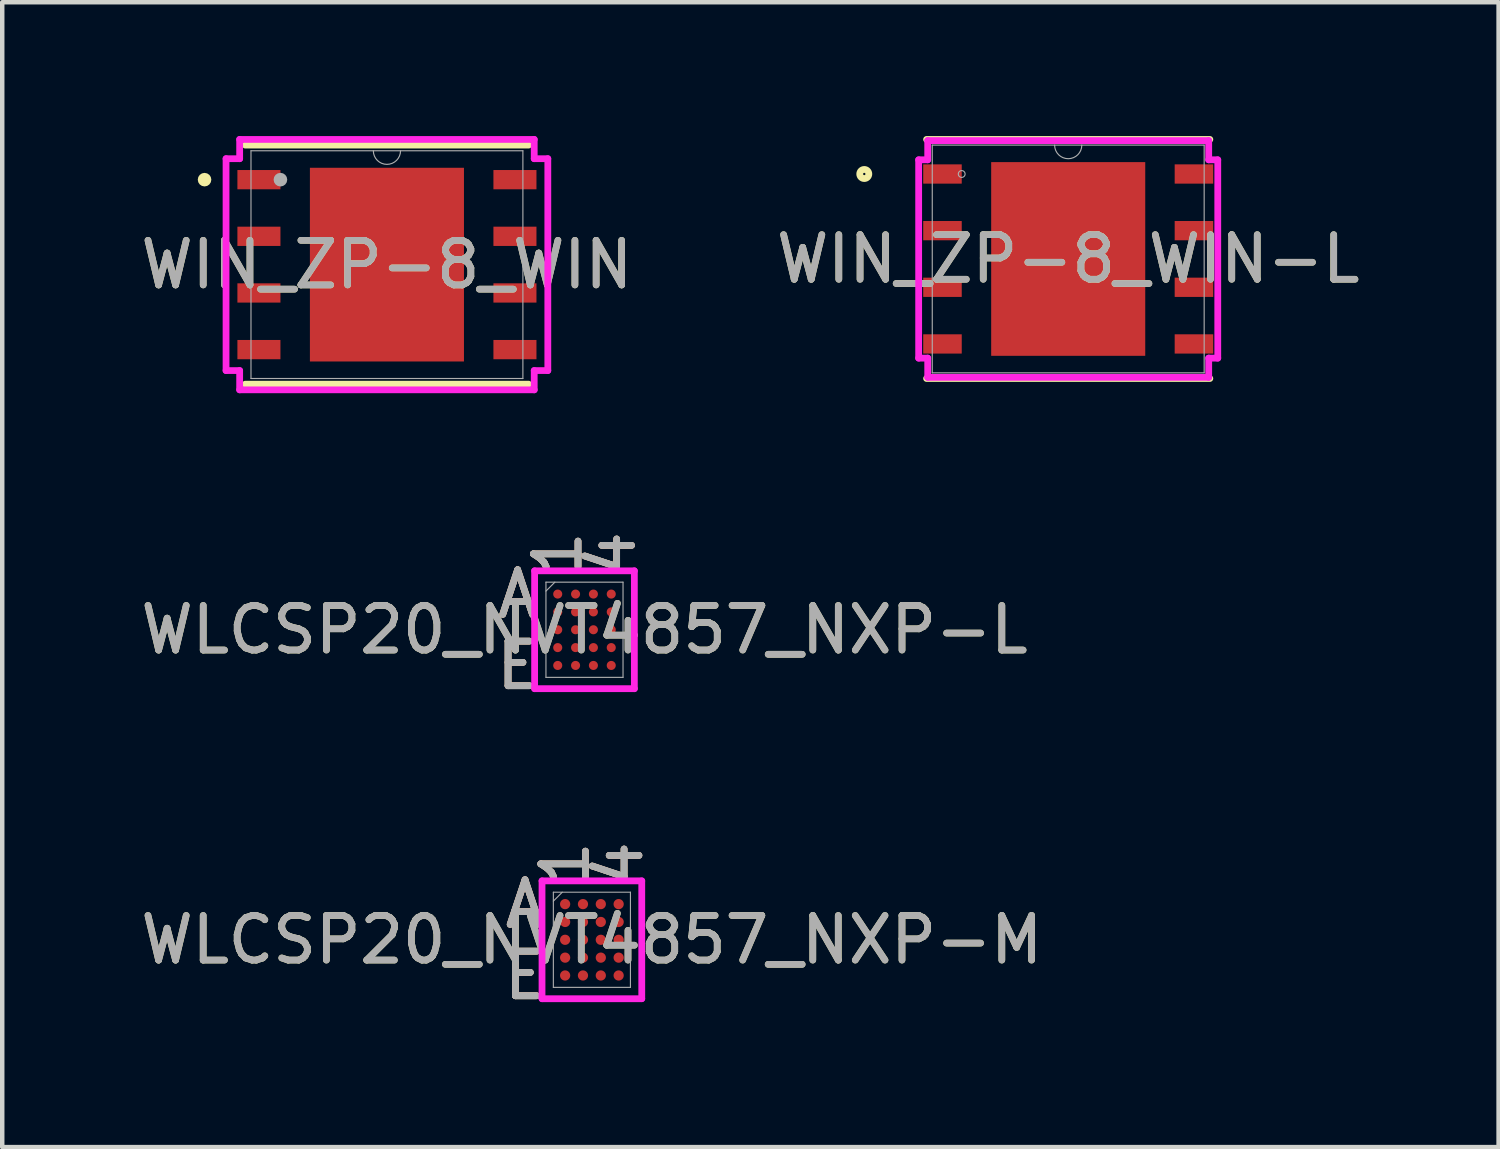
<source format=kicad_pcb>
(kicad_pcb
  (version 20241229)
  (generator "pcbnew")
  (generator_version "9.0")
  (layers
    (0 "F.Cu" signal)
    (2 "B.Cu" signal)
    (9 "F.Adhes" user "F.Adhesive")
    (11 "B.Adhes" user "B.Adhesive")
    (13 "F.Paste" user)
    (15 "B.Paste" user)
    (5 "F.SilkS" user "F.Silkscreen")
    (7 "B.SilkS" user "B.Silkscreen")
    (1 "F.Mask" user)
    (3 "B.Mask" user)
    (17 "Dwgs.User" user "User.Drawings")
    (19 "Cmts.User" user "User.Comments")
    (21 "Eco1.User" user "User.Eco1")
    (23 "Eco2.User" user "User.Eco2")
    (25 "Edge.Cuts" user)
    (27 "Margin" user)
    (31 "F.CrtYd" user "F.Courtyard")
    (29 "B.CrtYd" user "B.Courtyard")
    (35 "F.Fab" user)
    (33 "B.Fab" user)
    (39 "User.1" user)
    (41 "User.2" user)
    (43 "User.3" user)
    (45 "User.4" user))
  (footprint "WIN_ZP-8_WIN-L"
    (layer "F.Cu")
    (at 20.899 2.756)
    (property "Reference" "WIN_ZP-8_WIN-L" (at 0 0 0) (unlocked yes) (layer "F.SilkS") (effects (font (size 1 1) (thickness 0.15))))
    (attr smd)
    (fp_line (start -3.175 2.68) (end 3.175 2.68) (stroke (width 0.152) (type solid)) (layer "F.SilkS"))
    (fp_line (start 3.175 -2.68) (end -3.175 -2.68) (stroke (width 0.152) (type solid)) (layer "F.SilkS"))
    (fp_circle (center -4.572 -1.905) (end -4.47 -1.905) (stroke (width 0.152) (type solid)) (fill no) (layer "F.SilkS"))
    (fp_poly (pts (xy -1.627 -2.072) (xy -1.627 -0.824) (xy -0.1 -0.824) (xy -0.1 -2.072)) (stroke (width 0) (type solid)) (fill yes) (layer "F.Paste"))
    (fp_poly (pts (xy -1.627 -0.624) (xy -1.627 0.624) (xy -0.1 0.624) (xy -0.1 -0.624)) (stroke (width 0) (type solid)) (fill yes) (layer "F.Paste"))
    (fp_poly (pts (xy -1.627 0.824) (xy -1.627 2.072) (xy -0.1 2.072) (xy -0.1 0.824)) (stroke (width 0) (type solid)) (fill yes) (layer "F.Paste"))
    (fp_poly (pts (xy 0.1 -2.072) (xy 0.1 -0.824) (xy 1.627 -0.824) (xy 1.627 -2.072)) (stroke (width 0) (type solid)) (fill yes) (layer "F.Paste"))
    (fp_poly (pts (xy 0.1 -0.624) (xy 0.1 0.624) (xy 1.627 0.624) (xy 1.627 -0.624)) (stroke (width 0) (type solid)) (fill yes) (layer "F.Paste"))
    (fp_poly (pts (xy 0.1 0.824) (xy 0.1 2.072) (xy 1.627 2.072) (xy 1.627 0.824)) (stroke (width 0) (type solid)) (fill yes) (layer "F.Paste"))
    (fp_line (start -3.353 -2.223) (end -3.15 -2.223) (stroke (width 0.152) (type solid)) (layer "F.CrtYd"))
    (fp_line (start -3.353 2.223) (end -3.353 -2.223) (stroke (width 0.152) (type solid)) (layer "F.CrtYd"))
    (fp_line (start -3.353 2.223) (end -3.15 2.223) (stroke (width 0.152) (type solid)) (layer "F.CrtYd"))
    (fp_line (start -3.15 -2.654) (end 3.15 -2.654) (stroke (width 0.152) (type solid)) (layer "F.CrtYd"))
    (fp_line (start -3.15 -2.223) (end -3.15 -2.654) (stroke (width 0.152) (type solid)) (layer "F.CrtYd"))
    (fp_line (start -3.15 2.654) (end -3.15 2.223) (stroke (width 0.152) (type solid)) (layer "F.CrtYd"))
    (fp_line (start 3.15 -2.654) (end 3.15 -2.223) (stroke (width 0.152) (type solid)) (layer "F.CrtYd"))
    (fp_line (start 3.15 2.223) (end 3.15 2.654) (stroke (width 0.152) (type solid)) (layer "F.CrtYd"))
    (fp_line (start 3.15 2.654) (end -3.15 2.654) (stroke (width 0.152) (type solid)) (layer "F.CrtYd"))
    (fp_line (start 3.353 -2.223) (end 3.15 -2.223) (stroke (width 0.152) (type solid)) (layer "F.CrtYd"))
    (fp_line (start 3.353 -2.223) (end 3.353 2.223) (stroke (width 0.152) (type solid)) (layer "F.CrtYd"))
    (fp_line (start 3.353 2.223) (end 3.15 2.223) (stroke (width 0.152) (type solid)) (layer "F.CrtYd"))
    (fp_line (start -3.048 -2.553) (end -3.048 2.553) (stroke (width 0.025) (type solid)) (layer "F.Fab"))
    (fp_line (start -3.048 2.553) (end 3.048 2.553) (stroke (width 0.025) (type solid)) (layer "F.Fab"))
    (fp_line (start 3.048 -2.553) (end -3.048 -2.553) (stroke (width 0.025) (type solid)) (layer "F.Fab"))
    (fp_line (start 3.048 2.553) (end 3.048 -2.553) (stroke (width 0.025) (type solid)) (layer "F.Fab"))
    (fp_arc (start 0.3048 -2.5527) (mid 0 -2.2479) (end -0.3048 -2.5527) (stroke (width 0.0254) (type solid)) (layer "F.Fab"))
    (fp_circle (center -2.388 -1.905) (end -2.311 -1.905) (stroke (width 0.025) (type solid)) (fill no) (layer "F.Fab"))
    (fp_text user "${REFERENCE}" (at 0 0 0) (unlocked yes) (layer "F.Fab") (effects (font (size 1 1) (thickness 0.15))))
    (pad "1" smd rect (at -2.819 -1.905) (size 0.864 0.432) (layers "F.Cu" "F.Mask" "F.Paste"))
    (pad "2" smd rect (at -2.819 -0.635) (size 0.864 0.432) (layers "F.Cu" "F.Mask" "F.Paste"))
    (pad "3" smd rect (at -2.819 0.635) (size 0.864 0.432) (layers "F.Cu" "F.Mask" "F.Paste"))
    (pad "4" smd rect (at -2.819 1.905) (size 0.864 0.432) (layers "F.Cu" "F.Mask" "F.Paste"))
    (pad "5" smd rect (at 2.819 1.905) (size 0.864 0.432) (layers "F.Cu" "F.Mask" "F.Paste"))
    (pad "6" smd rect (at 2.819 0.635) (size 0.864 0.432) (layers "F.Cu" "F.Mask" "F.Paste"))
    (pad "7" smd rect (at 2.819 -0.635) (size 0.864 0.432) (layers "F.Cu" "F.Mask" "F.Paste"))
    (pad "8" smd rect (at 2.819 -1.905) (size 0.864 0.432) (layers "F.Cu" "F.Mask" "F.Paste"))
    (pad "9" smd rect (at 0 0) (size 3.454 4.343) (layers "F.Cu" "F.Mask" "F.Paste")))
  (footprint "WLCSP20_NVT4857_NXP-M"
    (layer "F.Cu")
    (at 10.22 18.02)
    (property "Reference" "WLCSP20_NVT4857_NXP-M" (at 0 0 0) (unlocked yes) (layer "F.SilkS") (effects (font (size 1 1) (thickness 0.15))))
    (attr smd)
    (fp_poly (pts (xy -1.244 -1.444) (xy 1.244 -1.444) (xy 1.244 1.444) (xy -1.244 1.444)) (stroke (width 0.1) (type solid)) (fill no) (layer "Eco2.User"))
    (fp_line (start -1.118 -1.321) (end 1.118 -1.321) (stroke (width 0.152) (type solid)) (layer "F.CrtYd"))
    (fp_line (start -1.118 1.321) (end -1.118 -1.321) (stroke (width 0.152) (type solid)) (layer "F.CrtYd"))
    (fp_line (start 1.118 -1.321) (end 1.118 1.321) (stroke (width 0.152) (type solid)) (layer "F.CrtYd"))
    (fp_line (start 1.118 1.321) (end -1.118 1.321) (stroke (width 0.152) (type solid)) (layer "F.CrtYd"))
    (fp_line (start -0.864 -1.067) (end -0.864 1.067) (stroke (width 0.025) (type solid)) (layer "F.Fab"))
    (fp_line (start -0.864 1.067) (end 0.864 1.067) (stroke (width 0.025) (type solid)) (layer "F.Fab"))
    (fp_line (start -0.664 -1.067) (end -0.864 -0.867) (stroke (width 0.025) (type solid)) (layer "F.Fab"))
    (fp_line (start 0.864 -1.067) (end -0.864 -1.067) (stroke (width 0.025) (type solid)) (layer "F.Fab"))
    (fp_line (start 0.864 1.067) (end 0.864 -1.067) (stroke (width 0.025) (type solid)) (layer "F.Fab"))
    (fp_text user "A" (at -1.499 -0.8 0) (unlocked yes) (layer "F.SilkS") (effects (font (size 1 1) (thickness 0.15))))
    (fp_text user "4" (at 0.6 -1.702 90) (unlocked yes) (layer "F.SilkS") (effects (font (size 1 1) (thickness 0.15))))
    (fp_text user "1" (at -0.6 -1.702 90) (unlocked yes) (layer "F.SilkS") (effects (font (size 1 1) (thickness 0.15))))
    (fp_text user "E" (at -1.499 0.8 0) (unlocked yes) (layer "F.SilkS") (effects (font (size 1 1) (thickness 0.15))))
    (fp_text user "E" (at -1.499 0.8 0) (unlocked yes) (layer "B.SilkS") (effects (font (size 1 1) (thickness 0.15))))
    (fp_text user "1" (at -0.6 -1.702 90) (unlocked yes) (layer "B.SilkS") (effects (font (size 1 1) (thickness 0.15))))
    (fp_text user "A" (at -1.499 -0.8 0) (unlocked yes) (layer "B.SilkS") (effects (font (size 1 1) (thickness 0.15))))
    (fp_text user "4" (at 0.6 -1.702 90) (unlocked yes) (layer "B.SilkS") (effects (font (size 1 1) (thickness 0.15))))
    (fp_text user "A" (at -1.499 -0.8 0) (unlocked yes) (layer "F.Fab") (effects (font (size 1 1) (thickness 0.15))))
    (fp_text user "${REFERENCE}" (at 0 0 0) (unlocked yes) (layer "F.Fab") (effects (font (size 1 1) (thickness 0.15))))
    (fp_text user "1" (at -0.6 -1.702 90) (unlocked yes) (layer "F.Fab") (effects (font (size 1 1) (thickness 0.15))))
    (fp_text user "E" (at -1.499 0.8 0) (unlocked yes) (layer "F.Fab") (effects (font (size 1 1) (thickness 0.15))))
    (fp_text user "4" (at 0.6 -1.702 90) (unlocked yes) (layer "F.Fab") (effects (font (size 1 1) (thickness 0.15))))
    (pad "A1" smd circle (at -0.6 -0.8) (size 0.229 0.229) (layers "F.Cu" "F.Mask" "F.Paste"))
    (pad "A2" smd circle (at -0.2 -0.8) (size 0.229 0.229) (layers "F.Cu" "F.Mask" "F.Paste"))
    (pad "A3" smd circle (at 0.2 -0.8) (size 0.229 0.229) (layers "F.Cu" "F.Mask" "F.Paste"))
    (pad "A4" smd circle (at 0.6 -0.8) (size 0.229 0.229) (layers "F.Cu" "F.Mask" "F.Paste"))
    (pad "B1" smd circle (at -0.6 -0.4) (size 0.229 0.229) (layers "F.Cu" "F.Mask" "F.Paste"))
    (pad "B2" smd circle (at -0.2 -0.4) (size 0.229 0.229) (layers "F.Cu" "F.Mask" "F.Paste"))
    (pad "B3" smd circle (at 0.2 -0.4) (size 0.229 0.229) (layers "F.Cu" "F.Mask" "F.Paste"))
    (pad "B4" smd circle (at 0.6 -0.4) (size 0.229 0.229) (layers "F.Cu" "F.Mask" "F.Paste"))
    (pad "C1" smd circle (at -0.6 0) (size 0.229 0.229) (layers "F.Cu" "F.Mask" "F.Paste"))
    (pad "C2" smd circle (at -0.2 0) (size 0.229 0.229) (layers "F.Cu" "F.Mask" "F.Paste"))
    (pad "C3" smd circle (at 0.2 0) (size 0.229 0.229) (layers "F.Cu" "F.Mask" "F.Paste"))
    (pad "C4" smd circle (at 0.6 0) (size 0.229 0.229) (layers "F.Cu" "F.Mask" "F.Paste"))
    (pad "D1" smd circle (at -0.6 0.4) (size 0.229 0.229) (layers "F.Cu" "F.Mask" "F.Paste"))
    (pad "D2" smd circle (at -0.2 0.4) (size 0.229 0.229) (layers "F.Cu" "F.Mask" "F.Paste"))
    (pad "D3" smd circle (at 0.2 0.4) (size 0.229 0.229) (layers "F.Cu" "F.Mask" "F.Paste"))
    (pad "D4" smd circle (at 0.6 0.4) (size 0.229 0.229) (layers "F.Cu" "F.Mask" "F.Paste"))
    (pad "E1" smd circle (at -0.6 0.8) (size 0.229 0.229) (layers "F.Cu" "F.Mask" "F.Paste"))
    (pad "E2" smd circle (at -0.2 0.8) (size 0.229 0.229) (layers "F.Cu" "F.Mask" "F.Paste"))
    (pad "E3" smd circle (at 0.2 0.8) (size 0.229 0.229) (layers "F.Cu" "F.Mask" "F.Paste"))
    (pad "E4" smd circle (at 0.6 0.8) (size 0.229 0.229) (layers "F.Cu" "F.Mask" "F.Paste")))
  (footprint "WLCSP20_NVT4857_NXP-L"
    (layer "F.Cu")
    (at 10.054 11.069)
    (property "Reference" "WLCSP20_NVT4857_NXP-L" (at 0 0 0) (unlocked yes) (layer "F.SilkS") (effects (font (size 1 1) (thickness 0.15))))
    (attr smd)
    (fp_poly (pts (xy -1.244 -1.444) (xy 1.244 -1.444) (xy 1.244 1.444) (xy -1.244 1.444)) (stroke (width 0.1) (type solid)) (fill no) (layer "Eco2.User"))
    (fp_line (start -1.118 -1.321) (end 1.118 -1.321) (stroke (width 0.152) (type solid)) (layer "F.CrtYd"))
    (fp_line (start -1.118 1.321) (end -1.118 -1.321) (stroke (width 0.152) (type solid)) (layer "F.CrtYd"))
    (fp_line (start 1.118 -1.321) (end 1.118 1.321) (stroke (width 0.152) (type solid)) (layer "F.CrtYd"))
    (fp_line (start 1.118 1.321) (end -1.118 1.321) (stroke (width 0.152) (type solid)) (layer "F.CrtYd"))
    (fp_line (start -0.864 -1.067) (end -0.864 1.067) (stroke (width 0.025) (type solid)) (layer "F.Fab"))
    (fp_line (start -0.864 1.067) (end 0.864 1.067) (stroke (width 0.025) (type solid)) (layer "F.Fab"))
    (fp_line (start -0.664 -1.067) (end -0.864 -0.867) (stroke (width 0.025) (type solid)) (layer "F.Fab"))
    (fp_line (start 0.864 -1.067) (end -0.864 -1.067) (stroke (width 0.025) (type solid)) (layer "F.Fab"))
    (fp_line (start 0.864 1.067) (end 0.864 -1.067) (stroke (width 0.025) (type solid)) (layer "F.Fab"))
    (fp_text user "E" (at -1.499 0.8 0) (unlocked yes) (layer "F.SilkS") (effects (font (size 1 1) (thickness 0.15))))
    (fp_text user "A" (at -1.499 -0.8 0) (unlocked yes) (layer "F.SilkS") (effects (font (size 1 1) (thickness 0.15))))
    (fp_text user "4" (at 0.6 -1.702 90) (unlocked yes) (layer "F.SilkS") (effects (font (size 1 1) (thickness 0.15))))
    (fp_text user "1" (at -0.6 -1.702 90) (unlocked yes) (layer "F.SilkS") (effects (font (size 1 1) (thickness 0.15))))
    (fp_text user "1" (at -0.6 -1.702 90) (unlocked yes) (layer "B.SilkS") (effects (font (size 1 1) (thickness 0.15))))
    (fp_text user "E" (at -1.499 0.8 0) (unlocked yes) (layer "B.SilkS") (effects (font (size 1 1) (thickness 0.15))))
    (fp_text user "A" (at -1.499 -0.8 0) (unlocked yes) (layer "B.SilkS") (effects (font (size 1 1) (thickness 0.15))))
    (fp_text user "4" (at 0.6 -1.702 90) (unlocked yes) (layer "B.SilkS") (effects (font (size 1 1) (thickness 0.15))))
    (fp_text user "1" (at -0.6 -1.702 90) (unlocked yes) (layer "F.Fab") (effects (font (size 1 1) (thickness 0.15))))
    (fp_text user "4" (at 0.6 -1.702 90) (unlocked yes) (layer "F.Fab") (effects (font (size 1 1) (thickness 0.15))))
    (fp_text user "A" (at -1.499 -0.8 0) (unlocked yes) (layer "F.Fab") (effects (font (size 1 1) (thickness 0.15))))
    (fp_text user "E" (at -1.499 0.8 0) (unlocked yes) (layer "F.Fab") (effects (font (size 1 1) (thickness 0.15))))
    (fp_text user "${REFERENCE}" (at 0 0 0) (unlocked yes) (layer "F.Fab") (effects (font (size 1 1) (thickness 0.15))))
    (pad "A1" smd circle (at -0.6 -0.8) (size 0.203 0.203) (layers "F.Cu" "F.Mask" "F.Paste"))
    (pad "A2" smd circle (at -0.2 -0.8) (size 0.203 0.203) (layers "F.Cu" "F.Mask" "F.Paste"))
    (pad "A3" smd circle (at 0.2 -0.8) (size 0.203 0.203) (layers "F.Cu" "F.Mask" "F.Paste"))
    (pad "A4" smd circle (at 0.6 -0.8) (size 0.203 0.203) (layers "F.Cu" "F.Mask" "F.Paste"))
    (pad "B1" smd circle (at -0.6 -0.4) (size 0.203 0.203) (layers "F.Cu" "F.Mask" "F.Paste"))
    (pad "B2" smd circle (at -0.2 -0.4) (size 0.203 0.203) (layers "F.Cu" "F.Mask" "F.Paste"))
    (pad "B3" smd circle (at 0.2 -0.4) (size 0.203 0.203) (layers "F.Cu" "F.Mask" "F.Paste"))
    (pad "B4" smd circle (at 0.6 -0.4) (size 0.203 0.203) (layers "F.Cu" "F.Mask" "F.Paste"))
    (pad "C1" smd circle (at -0.6 0) (size 0.203 0.203) (layers "F.Cu" "F.Mask" "F.Paste"))
    (pad "C2" smd circle (at -0.2 0) (size 0.203 0.203) (layers "F.Cu" "F.Mask" "F.Paste"))
    (pad "C3" smd circle (at 0.2 0) (size 0.203 0.203) (layers "F.Cu" "F.Mask" "F.Paste"))
    (pad "C4" smd circle (at 0.6 0) (size 0.203 0.203) (layers "F.Cu" "F.Mask" "F.Paste"))
    (pad "D1" smd circle (at -0.6 0.4) (size 0.203 0.203) (layers "F.Cu" "F.Mask" "F.Paste"))
    (pad "D2" smd circle (at -0.2 0.4) (size 0.203 0.203) (layers "F.Cu" "F.Mask" "F.Paste"))
    (pad "D3" smd circle (at 0.2 0.4) (size 0.203 0.203) (layers "F.Cu" "F.Mask" "F.Paste"))
    (pad "D4" smd circle (at 0.6 0.4) (size 0.203 0.203) (layers "F.Cu" "F.Mask" "F.Paste"))
    (pad "E1" smd circle (at -0.6 0.8) (size 0.203 0.203) (layers "F.Cu" "F.Mask" "F.Paste"))
    (pad "E2" smd circle (at -0.2 0.8) (size 0.203 0.203) (layers "F.Cu" "F.Mask" "F.Paste"))
    (pad "E3" smd circle (at 0.2 0.8) (size 0.203 0.203) (layers "F.Cu" "F.Mask" "F.Paste"))
    (pad "E4" smd circle (at 0.6 0.8) (size 0.203 0.203) (layers "F.Cu" "F.Mask" "F.Paste")))
  (footprint "WIN_ZP-8_WIN"
    (layer "F.Cu")
    (at 5.625 2.883)
    (property "Reference" "WIN_ZP-8_WIN" (at 0 0 0) (unlocked yes) (layer "F.SilkS") (effects (font (size 1 1) (thickness 0.15))))
    (attr smd)
    (fp_line (start -3.175 2.68) (end 3.175 2.68) (stroke (width 0.152) (type solid)) (layer "F.SilkS"))
    (fp_line (start 3.175 -2.68) (end -3.175 -2.68) (stroke (width 0.152) (type solid)) (layer "F.SilkS"))
    (fp_circle (center -4.089 -1.905) (end -4.013 -1.905) (stroke (width 0.152) (type solid)) (fill no) (layer "F.SilkS"))
    (fp_poly (pts (xy -1.627 -2.072) (xy -1.627 -0.824) (xy -0.1 -0.824) (xy -0.1 -2.072)) (stroke (width 0) (type solid)) (fill yes) (layer "F.Paste"))
    (fp_poly (pts (xy -1.627 -0.624) (xy -1.627 0.624) (xy -0.1 0.624) (xy -0.1 -0.624)) (stroke (width 0) (type solid)) (fill yes) (layer "F.Paste"))
    (fp_poly (pts (xy -1.627 0.824) (xy -1.627 2.072) (xy -0.1 2.072) (xy -0.1 0.824)) (stroke (width 0) (type solid)) (fill yes) (layer "F.Paste"))
    (fp_poly (pts (xy 0.1 -2.072) (xy 0.1 -0.824) (xy 1.627 -0.824) (xy 1.627 -2.072)) (stroke (width 0) (type solid)) (fill yes) (layer "F.Paste"))
    (fp_poly (pts (xy 0.1 -0.624) (xy 0.1 0.624) (xy 1.627 0.624) (xy 1.627 -0.624)) (stroke (width 0) (type solid)) (fill yes) (layer "F.Paste"))
    (fp_poly (pts (xy 0.1 0.824) (xy 0.1 2.072) (xy 1.627 2.072) (xy 1.627 0.824)) (stroke (width 0) (type solid)) (fill yes) (layer "F.Paste"))
    (fp_line (start -3.607 -2.375) (end -3.302 -2.375) (stroke (width 0.152) (type solid)) (layer "F.CrtYd"))
    (fp_line (start -3.607 2.375) (end -3.607 -2.375) (stroke (width 0.152) (type solid)) (layer "F.CrtYd"))
    (fp_line (start -3.607 2.375) (end -3.302 2.375) (stroke (width 0.152) (type solid)) (layer "F.CrtYd"))
    (fp_line (start -3.302 -2.807) (end 3.302 -2.807) (stroke (width 0.152) (type solid)) (layer "F.CrtYd"))
    (fp_line (start -3.302 -2.375) (end -3.302 -2.807) (stroke (width 0.152) (type solid)) (layer "F.CrtYd"))
    (fp_line (start -3.302 2.807) (end -3.302 2.375) (stroke (width 0.152) (type solid)) (layer "F.CrtYd"))
    (fp_line (start 3.302 -2.807) (end 3.302 -2.375) (stroke (width 0.152) (type solid)) (layer "F.CrtYd"))
    (fp_line (start 3.302 2.375) (end 3.302 2.807) (stroke (width 0.152) (type solid)) (layer "F.CrtYd"))
    (fp_line (start 3.302 2.807) (end -3.302 2.807) (stroke (width 0.152) (type solid)) (layer "F.CrtYd"))
    (fp_line (start 3.607 -2.375) (end 3.302 -2.375) (stroke (width 0.152) (type solid)) (layer "F.CrtYd"))
    (fp_line (start 3.607 -2.375) (end 3.607 2.375) (stroke (width 0.152) (type solid)) (layer "F.CrtYd"))
    (fp_line (start 3.607 2.375) (end 3.302 2.375) (stroke (width 0.152) (type solid)) (layer "F.CrtYd"))
    (fp_line (start -3.048 -2.553) (end -3.048 2.553) (stroke (width 0.025) (type solid)) (layer "F.Fab"))
    (fp_line (start -3.048 2.553) (end 3.048 2.553) (stroke (width 0.025) (type solid)) (layer "F.Fab"))
    (fp_line (start 3.048 -2.553) (end -3.048 -2.553) (stroke (width 0.025) (type solid)) (layer "F.Fab"))
    (fp_line (start 3.048 2.553) (end 3.048 -2.553) (stroke (width 0.025) (type solid)) (layer "F.Fab"))
    (fp_arc (start 0.3048 -2.5527) (mid 0 -2.2479) (end -0.3048 -2.5527) (stroke (width 0.0254) (type solid)) (layer "F.Fab"))
    (fp_circle (center -2.388 -1.905) (end -2.311 -1.905) (stroke (width 0.152) (type solid)) (fill no) (layer "F.Fab"))
    (fp_text user "${REFERENCE}" (at 0 0 0) (unlocked yes) (layer "F.Fab") (effects (font (size 1 1) (thickness 0.15))))
    (pad "1" smd rect (at -2.87 -1.905) (size 0.965 0.432) (layers "F.Cu" "F.Mask" "F.Paste"))
    (pad "2" smd rect (at -2.87 -0.635) (size 0.965 0.432) (layers "F.Cu" "F.Mask" "F.Paste"))
    (pad "3" smd rect (at -2.87 0.635) (size 0.965 0.432) (layers "F.Cu" "F.Mask" "F.Paste"))
    (pad "4" smd rect (at -2.87 1.905) (size 0.965 0.432) (layers "F.Cu" "F.Mask" "F.Paste"))
    (pad "5" smd rect (at 2.87 1.905) (size 0.965 0.432) (layers "F.Cu" "F.Mask" "F.Paste"))
    (pad "6" smd rect (at 2.87 0.635) (size 0.965 0.432) (layers "F.Cu" "F.Mask" "F.Paste"))
    (pad "7" smd rect (at 2.87 -0.635) (size 0.965 0.432) (layers "F.Cu" "F.Mask" "F.Paste"))
    (pad "8" smd rect (at 2.87 -1.905) (size 0.965 0.432) (layers "F.Cu" "F.Mask" "F.Paste"))
    (pad "9" smd rect (at 0 0) (size 3.454 4.343) (layers "F.Cu" "F.Mask" "F.Paste")))
  (gr_rect
    (start -3 -3)
    (end 30.548 22.668)
    (stroke (width 0.1) (type default))
    (fill no)
    (layer "Edge.Cuts")))
</source>
